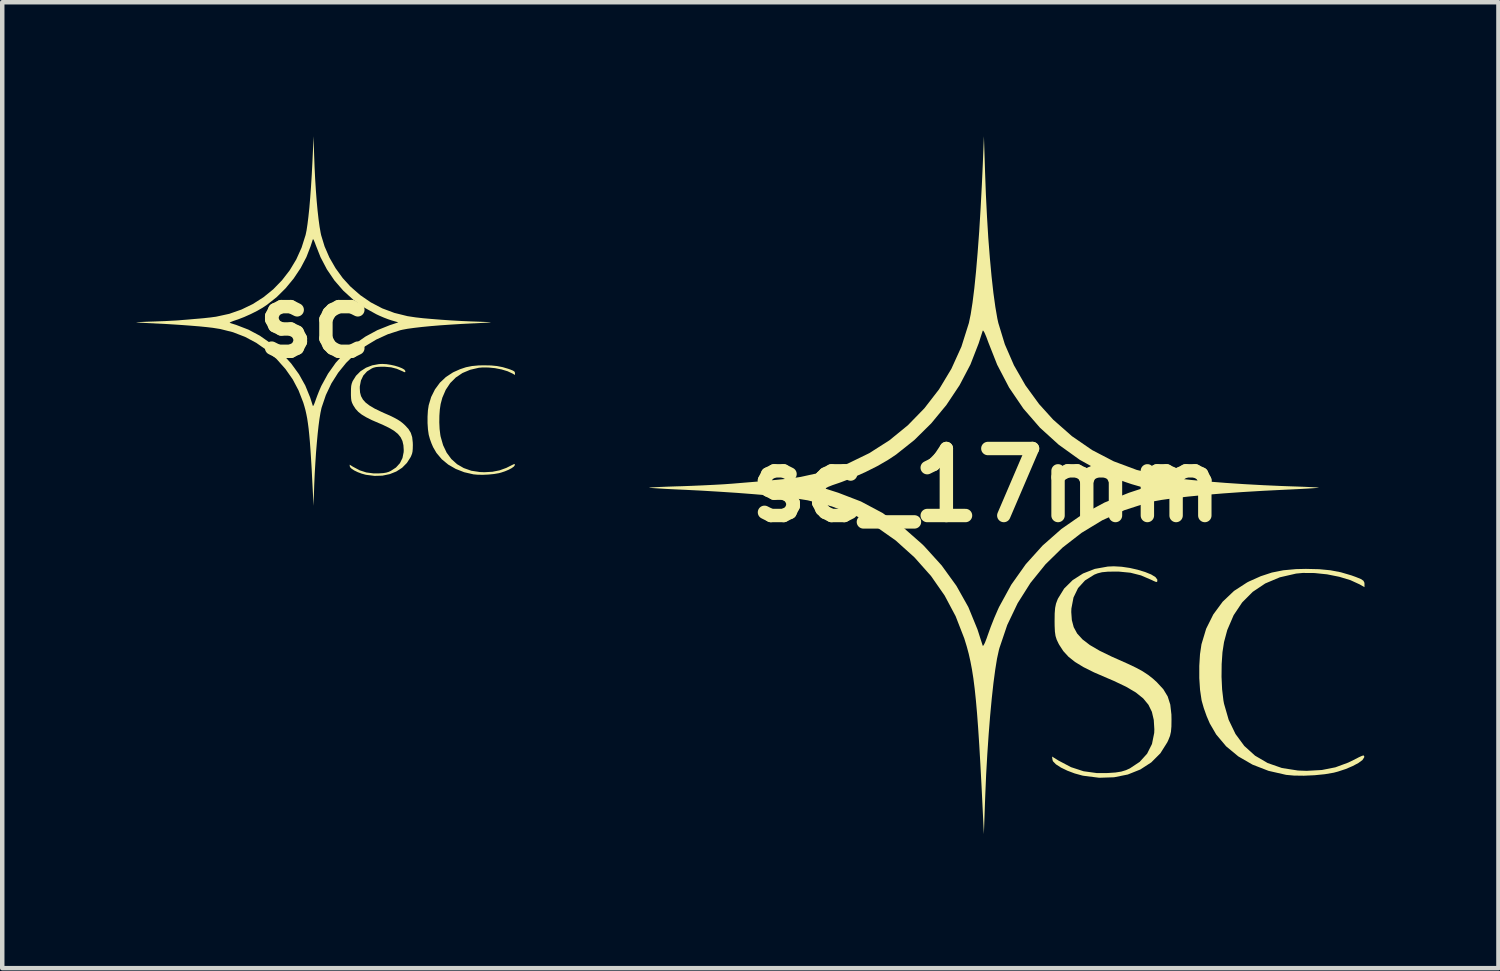
<source format=kicad_pcb>
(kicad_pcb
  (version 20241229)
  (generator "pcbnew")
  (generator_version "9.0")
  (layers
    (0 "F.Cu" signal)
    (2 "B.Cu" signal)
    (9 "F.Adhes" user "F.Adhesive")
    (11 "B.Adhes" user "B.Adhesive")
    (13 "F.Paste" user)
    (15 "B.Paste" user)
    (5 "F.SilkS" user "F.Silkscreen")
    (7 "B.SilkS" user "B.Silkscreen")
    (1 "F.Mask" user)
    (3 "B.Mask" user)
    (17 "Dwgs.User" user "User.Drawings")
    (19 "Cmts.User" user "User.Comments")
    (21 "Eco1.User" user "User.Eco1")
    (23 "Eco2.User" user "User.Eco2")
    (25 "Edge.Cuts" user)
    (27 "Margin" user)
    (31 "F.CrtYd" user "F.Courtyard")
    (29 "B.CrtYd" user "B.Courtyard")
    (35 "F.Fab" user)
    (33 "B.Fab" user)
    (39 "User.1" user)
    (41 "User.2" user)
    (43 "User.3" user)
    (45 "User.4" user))
  (footprint "sc"
    (layer "F.Cu")
    (at 3.996 4.136)
    (property "Reference" "sc" (at 0 0 0) (layer "F.SilkS") (effects (font (size 1.5 1.5) (thickness 0.3))))
    (attr board_only exclude_from_pos_files exclude_from_bom)
    (fp_poly (pts (xy 3.945 0.995) (xy 4.079 1.008) (xy 4.203 1.032) (xy 4.329 1.069) (xy 4.38 1.087) (xy 4.438 1.111) (xy 4.47 1.132) (xy 4.481 1.155) (xy 4.482 1.167) (xy 4.482 1.208) (xy 4.425 1.175) (xy 4.317 1.125) (xy 4.185 1.085) (xy 4.039 1.056) (xy 3.891 1.041) (xy 3.751 1.04) (xy 3.672 1.047) (xy 3.479 1.092) (xy 3.307 1.164) (xy 3.158 1.264) (xy 3.033 1.389) (xy 2.932 1.541) (xy 2.856 1.717) (xy 2.818 1.859) (xy 2.8 1.979) (xy 2.79 2.12) (xy 2.788 2.271) (xy 2.795 2.419) (xy 2.811 2.55) (xy 2.818 2.588) (xy 2.873 2.78) (xy 2.953 2.948) (xy 3.058 3.09) (xy 3.185 3.205) (xy 3.335 3.292) (xy 3.505 3.352) (xy 3.695 3.381) (xy 3.798 3.385) (xy 3.977 3.375) (xy 4.138 3.343) (xy 4.289 3.288) (xy 4.353 3.256) (xy 4.417 3.224) (xy 4.455 3.206) (xy 4.474 3.203) (xy 4.48 3.212) (xy 4.479 3.226) (xy 4.459 3.256) (xy 4.411 3.292) (xy 4.342 3.329) (xy 4.259 3.364) (xy 4.169 3.394) (xy 4.119 3.407) (xy 4.014 3.425) (xy 3.892 3.437) (xy 3.765 3.443) (xy 3.647 3.441) (xy 3.554 3.433) (xy 3.345 3.385) (xy 3.156 3.311) (xy 2.988 3.214) (xy 2.843 3.094) (xy 2.725 2.954) (xy 2.649 2.823) (xy 2.612 2.737) (xy 2.578 2.642) (xy 2.554 2.556) (xy 2.551 2.544) (xy 2.534 2.425) (xy 2.525 2.287) (xy 2.525 2.141) (xy 2.533 2.003) (xy 2.551 1.885) (xy 2.606 1.701) (xy 2.691 1.531) (xy 2.802 1.38) (xy 2.937 1.253) (xy 3.092 1.152) (xy 3.114 1.141) (xy 3.253 1.079) (xy 3.385 1.035) (xy 3.52 1.008) (xy 3.671 0.994) (xy 3.789 0.992)) (stroke (width 0) (type solid)) (fill yes) (layer "F.SilkS"))
    (fp_poly (pts (xy 1.604 0.966) (xy 1.701 0.981) (xy 1.796 1.002) (xy 1.883 1.029) (xy 1.954 1.058) (xy 2.005 1.088) (xy 2.027 1.118) (xy 2.028 1.123) (xy 2.026 1.143) (xy 2.015 1.147) (xy 1.985 1.135) (xy 1.961 1.123) (xy 1.834 1.069) (xy 1.71 1.037) (xy 1.572 1.024) (xy 1.53 1.023) (xy 1.439 1.025) (xy 1.372 1.031) (xy 1.319 1.044) (xy 1.28 1.06) (xy 1.17 1.129) (xy 1.088 1.219) (xy 1.034 1.331) (xy 1.009 1.461) (xy 1.008 1.503) (xy 1.014 1.599) (xy 1.036 1.682) (xy 1.078 1.758) (xy 1.14 1.827) (xy 1.228 1.894) (xy 1.343 1.962) (xy 1.489 2.032) (xy 1.557 2.063) (xy 1.681 2.117) (xy 1.777 2.164) (xy 1.854 2.206) (xy 1.918 2.247) (xy 1.975 2.292) (xy 2.021 2.334) (xy 2.098 2.418) (xy 2.15 2.503) (xy 2.181 2.6) (xy 2.194 2.718) (xy 2.196 2.775) (xy 2.194 2.86) (xy 2.189 2.921) (xy 2.178 2.971) (xy 2.158 3.021) (xy 2.146 3.047) (xy 2.063 3.177) (xy 1.956 3.285) (xy 1.826 3.369) (xy 1.678 3.428) (xy 1.514 3.462) (xy 1.339 3.467) (xy 1.154 3.444) (xy 1.138 3.441) (xy 1.048 3.416) (xy 0.961 3.383) (xy 0.885 3.346) (xy 0.826 3.308) (xy 0.791 3.272) (xy 0.786 3.258) (xy 0.78 3.216) (xy 0.857 3.263) (xy 1.005 3.342) (xy 1.153 3.39) (xy 1.311 3.411) (xy 1.441 3.411) (xy 1.532 3.405) (xy 1.6 3.394) (xy 1.656 3.377) (xy 1.702 3.356) (xy 1.819 3.279) (xy 1.907 3.182) (xy 1.964 3.067) (xy 1.99 2.936) (xy 1.992 2.892) (xy 1.985 2.782) (xy 1.963 2.686) (xy 1.922 2.602) (xy 1.86 2.526) (xy 1.773 2.456) (xy 1.658 2.389) (xy 1.513 2.319) (xy 1.432 2.285) (xy 1.277 2.218) (xy 1.152 2.155) (xy 1.052 2.095) (xy 0.974 2.033) (xy 0.913 1.966) (xy 0.865 1.892) (xy 0.857 1.877) (xy 0.835 1.831) (xy 0.821 1.787) (xy 0.814 1.735) (xy 0.81 1.665) (xy 0.81 1.61) (xy 0.811 1.52) (xy 0.816 1.454) (xy 0.827 1.403) (xy 0.845 1.354) (xy 0.85 1.343) (xy 0.924 1.225) (xy 1.024 1.125) (xy 1.147 1.046) (xy 1.287 0.992) (xy 1.44 0.964) (xy 1.512 0.961)) (stroke (width 0) (type solid)) (fill yes) (layer "F.SilkS"))
    (fp_poly (pts (xy -0.014 -3.718) (xy -0.004 -3.445) (xy 0.009 -3.181) (xy 0.025 -2.929) (xy 0.043 -2.692) (xy 0.063 -2.474) (xy 0.085 -2.28) (xy 0.108 -2.112) (xy 0.132 -1.974) (xy 0.143 -1.922) (xy 0.22 -1.67) (xy 0.328 -1.421) (xy 0.465 -1.183) (xy 0.626 -0.961) (xy 0.793 -0.777) (xy 1.016 -0.581) (xy 1.255 -0.417) (xy 1.511 -0.283) (xy 1.784 -0.181) (xy 2.075 -0.109) (xy 2.259 -0.081) (xy 2.428 -0.062) (xy 2.624 -0.045) (xy 2.837 -0.028) (xy 3.059 -0.013) (xy 3.281 -0.000273) (xy 3.493 0.009) (xy 3.58 0.012) (xy 3.69 0.016) (xy 3.786 0.02) (xy 3.863 0.023) (xy 3.917 0.026) (xy 3.942 0.029) (xy 3.943 0.029) (xy 3.924 0.032) (xy 3.875 0.036) (xy 3.801 0.04) (xy 3.706 0.045) (xy 3.596 0.051) (xy 3.538 0.053) (xy 3.282 0.066) (xy 3.037 0.081) (xy 2.804 0.097) (xy 2.589 0.115) (xy 2.394 0.134) (xy 2.223 0.154) (xy 2.078 0.174) (xy 1.964 0.195) (xy 1.916 0.206) (xy 1.637 0.296) (xy 1.375 0.416) (xy 1.13 0.564) (xy 0.905 0.739) (xy 0.703 0.937) (xy 0.524 1.158) (xy 0.372 1.398) (xy 0.249 1.657) (xy 0.156 1.93) (xy 0.149 1.956) (xy 0.128 2.056) (xy 0.106 2.187) (xy 0.085 2.346) (xy 0.065 2.529) (xy 0.046 2.733) (xy 0.028 2.953) (xy 0.013 3.186) (xy -0.001 3.427) (xy -0.012 3.674) (xy -0.015 3.771) (xy -0.028 4.136) (xy -0.041 3.86) (xy -0.056 3.569) (xy -0.069 3.31) (xy -0.083 3.081) (xy -0.096 2.88) (xy -0.109 2.703) (xy -0.123 2.548) (xy -0.137 2.411) (xy -0.153 2.29) (xy -0.169 2.183) (xy -0.188 2.086) (xy -0.208 1.996) (xy -0.231 1.912) (xy -0.256 1.829) (xy -0.26 1.818) (xy -0.363 1.553) (xy -0.493 1.307) (xy -0.654 1.077) (xy -0.847 0.859) (xy -0.854 0.852) (xy -1.073 0.655) (xy -1.309 0.489) (xy -1.561 0.355) (xy -1.83 0.251) (xy -2.116 0.179) (xy -2.286 0.152) (xy -2.416 0.137) (xy -2.575 0.121) (xy -2.757 0.106) (xy -2.956 0.091) (xy -3.165 0.077) (xy -3.377 0.064) (xy -3.587 0.054) (xy -3.592 0.053) (xy -3.707 0.048) (xy -3.81 0.043) (xy -3.833 0.041) (xy -1.903 0.041) (xy -1.874 0.051) (xy -1.821 0.068) (xy -1.757 0.088) (xy -1.752 0.09) (xy -1.485 0.193) (xy -1.231 0.328) (xy -0.989 0.497) (xy -0.759 0.699) (xy -0.737 0.72) (xy -0.528 0.951) (xy -0.353 1.192) (xy -0.212 1.444) (xy -0.104 1.708) (xy -0.09 1.752) (xy -0.069 1.817) (xy -0.052 1.871) (xy -0.042 1.902) (xy -0.041 1.903) (xy -0.033 1.899) (xy -0.016 1.867) (xy 0.005 1.813) (xy 0.02 1.77) (xy 0.053 1.679) (xy 0.094 1.575) (xy 0.137 1.475) (xy 0.152 1.443) (xy 0.297 1.179) (xy 0.469 0.936) (xy 0.668 0.715) (xy 0.89 0.519) (xy 1.136 0.348) (xy 1.401 0.205) (xy 1.686 0.091) (xy 1.697 0.088) (xy 1.871 0.03) (xy 1.723 -0.013) (xy 1.644 -0.039) (xy 1.547 -0.076) (xy 1.447 -0.119) (xy 1.379 -0.151) (xy 1.106 -0.302) (xy 0.859 -0.479) (xy 0.637 -0.681) (xy 0.441 -0.907) (xy 0.272 -1.156) (xy 0.13 -1.427) (xy 0.026 -1.69) (xy 0.001 -1.757) (xy -0.02 -1.807) (xy -0.035 -1.832) (xy -0.041 -1.832) (xy -0.051 -1.803) (xy -0.068 -1.75) (xy -0.089 -1.686) (xy -0.09 -1.681) (xy -0.187 -1.43) (xy -0.316 -1.185) (xy -0.472 -0.951) (xy -0.652 -0.733) (xy -0.852 -0.535) (xy -1.068 -0.364) (xy -1.168 -0.297) (xy -1.291 -0.226) (xy -1.433 -0.155) (xy -1.581 -0.089) (xy -1.718 -0.036) (xy -1.752 -0.025) (xy -1.822 -0.001) (xy -1.874 0.02) (xy -1.902 0.035) (xy -1.903 0.041) (xy -3.833 0.041) (xy -3.895 0.038) (xy -3.957 0.034) (xy -3.991 0.03) (xy -3.996 0.029) (xy -3.981 0.027) (xy -3.936 0.024) (xy -3.865 0.021) (xy -3.773 0.017) (xy -3.666 0.013) (xy -3.621 0.012) (xy -3.491 0.007) (xy -3.355 0.002) (xy -3.226 -0.005) (xy -3.111 -0.011) (xy -3.023 -0.017) (xy -3.021 -0.018) (xy -2.843 -0.032) (xy -2.696 -0.045) (xy -2.576 -0.055) (xy -2.478 -0.064) (xy -2.398 -0.073) (xy -2.331 -0.08) (xy -2.273 -0.088) (xy -2.219 -0.095) (xy -2.197 -0.099) (xy -1.913 -0.161) (xy -1.642 -0.256) (xy -1.386 -0.38) (xy -1.148 -0.532) (xy -0.929 -0.71) (xy -0.733 -0.912) (xy -0.56 -1.136) (xy -0.413 -1.38) (xy -0.295 -1.642) (xy -0.207 -1.92) (xy -0.206 -1.921) (xy -0.184 -2.026) (xy -0.163 -2.165) (xy -0.142 -2.334) (xy -0.121 -2.532) (xy -0.102 -2.756) (xy -0.084 -3.004) (xy -0.067 -3.274) (xy -0.052 -3.563) (xy -0.041 -3.806) (xy -0.027 -4.136)) (stroke (width 0) (type solid)) (fill yes) (layer "F.SilkS")))
  (footprint "sc_17mm"
    (layer "F.Cu")
    (at 19.028 7.812)
    (property "Reference" "sc_17mm" (at 0 0 0) (layer "F.SilkS") (effects (font (size 1.5 1.5) (thickness 0.3))))
    (attr board_only exclude_from_pos_files exclude_from_bom)
    (fp_poly (pts (xy 7.452 1.88) (xy 7.704 1.904) (xy 7.938 1.949) (xy 8.176 2.019) (xy 8.273 2.054) (xy 8.384 2.099) (xy 8.443 2.138) (xy 8.465 2.181) (xy 8.467 2.204) (xy 8.467 2.282) (xy 8.357 2.219) (xy 8.154 2.126) (xy 7.904 2.05) (xy 7.629 1.995) (xy 7.349 1.966) (xy 7.084 1.964) (xy 6.936 1.978) (xy 6.571 2.062) (xy 6.246 2.199) (xy 5.965 2.387) (xy 5.729 2.624) (xy 5.538 2.91) (xy 5.395 3.243) (xy 5.323 3.511) (xy 5.288 3.738) (xy 5.27 4.005) (xy 5.267 4.29) (xy 5.28 4.569) (xy 5.309 4.816) (xy 5.322 4.888) (xy 5.427 5.252) (xy 5.579 5.568) (xy 5.776 5.836) (xy 6.017 6.054) (xy 6.299 6.219) (xy 6.62 6.331) (xy 6.979 6.387) (xy 7.173 6.394) (xy 7.513 6.375) (xy 7.816 6.315) (xy 8.101 6.21) (xy 8.222 6.151) (xy 8.343 6.089) (xy 8.416 6.056) (xy 8.452 6.05) (xy 8.462 6.068) (xy 8.46 6.093) (xy 8.422 6.151) (xy 8.332 6.218) (xy 8.202 6.287) (xy 8.045 6.354) (xy 7.874 6.41) (xy 7.78 6.435) (xy 7.582 6.469) (xy 7.351 6.492) (xy 7.111 6.503) (xy 6.888 6.5) (xy 6.713 6.484) (xy 6.319 6.394) (xy 5.961 6.255) (xy 5.643 6.071) (xy 5.37 5.845) (xy 5.147 5.579) (xy 5.004 5.333) (xy 4.934 5.17) (xy 4.87 4.99) (xy 4.824 4.829) (xy 4.819 4.804) (xy 4.786 4.581) (xy 4.769 4.319) (xy 4.769 4.044) (xy 4.785 3.783) (xy 4.818 3.561) (xy 4.923 3.212) (xy 5.083 2.892) (xy 5.293 2.607) (xy 5.547 2.366) (xy 5.84 2.176) (xy 5.883 2.154) (xy 6.145 2.037) (xy 6.394 1.955) (xy 6.65 1.904) (xy 6.934 1.878) (xy 7.156 1.873)) (stroke (width 0) (type solid)) (fill yes) (layer "F.SilkS"))
    (fp_poly (pts (xy 3.031 1.825) (xy 3.214 1.852) (xy 3.393 1.893) (xy 3.556 1.943) (xy 3.692 1.998) (xy 3.787 2.056) (xy 3.829 2.112) (xy 3.83 2.121) (xy 3.827 2.16) (xy 3.805 2.167) (xy 3.749 2.144) (xy 3.704 2.122) (xy 3.464 2.019) (xy 3.229 1.959) (xy 2.969 1.934) (xy 2.889 1.933) (xy 2.717 1.936) (xy 2.591 1.948) (xy 2.492 1.973) (xy 2.419 2.002) (xy 2.211 2.132) (xy 2.055 2.303) (xy 1.953 2.514) (xy 1.906 2.76) (xy 1.903 2.839) (xy 1.916 3.019) (xy 1.958 3.178) (xy 2.035 3.32) (xy 2.154 3.451) (xy 2.32 3.578) (xy 2.537 3.705) (xy 2.813 3.839) (xy 2.942 3.896) (xy 3.175 4) (xy 3.357 4.087) (xy 3.502 4.166) (xy 3.622 4.245) (xy 3.73 4.329) (xy 3.818 4.409) (xy 3.964 4.567) (xy 4.062 4.729) (xy 4.12 4.912) (xy 4.145 5.134) (xy 4.147 5.241) (xy 4.145 5.401) (xy 4.135 5.517) (xy 4.114 5.611) (xy 4.076 5.706) (xy 4.053 5.755) (xy 3.898 6.001) (xy 3.694 6.205) (xy 3.449 6.364) (xy 3.169 6.476) (xy 2.86 6.538) (xy 2.529 6.549) (xy 2.181 6.505) (xy 2.15 6.499) (xy 1.979 6.452) (xy 1.815 6.39) (xy 1.671 6.32) (xy 1.56 6.248) (xy 1.495 6.181) (xy 1.484 6.153) (xy 1.473 6.074) (xy 1.618 6.164) (xy 1.899 6.312) (xy 2.178 6.403) (xy 2.476 6.444) (xy 2.721 6.443) (xy 2.894 6.431) (xy 3.022 6.411) (xy 3.127 6.379) (xy 3.215 6.339) (xy 3.435 6.193) (xy 3.601 6.01) (xy 3.71 5.793) (xy 3.76 5.546) (xy 3.763 5.464) (xy 3.75 5.254) (xy 3.708 5.073) (xy 3.631 4.915) (xy 3.513 4.772) (xy 3.349 4.64) (xy 3.132 4.512) (xy 2.857 4.381) (xy 2.705 4.316) (xy 2.411 4.189) (xy 2.175 4.071) (xy 1.988 3.957) (xy 1.84 3.839) (xy 1.725 3.713) (xy 1.634 3.573) (xy 1.619 3.546) (xy 1.577 3.458) (xy 1.551 3.375) (xy 1.537 3.277) (xy 1.531 3.145) (xy 1.53 3.041) (xy 1.532 2.871) (xy 1.542 2.747) (xy 1.562 2.65) (xy 1.597 2.557) (xy 1.606 2.537) (xy 1.744 2.313) (xy 1.934 2.125) (xy 2.166 1.976) (xy 2.431 1.873) (xy 2.721 1.821) (xy 2.856 1.815)) (stroke (width 0) (type solid)) (fill yes) (layer "F.SilkS"))
    (fp_poly (pts (xy -0.027 -7.022) (xy -0.008 -6.507) (xy 0.017 -6.008) (xy 0.046 -5.532) (xy 0.081 -5.085) (xy 0.119 -4.674) (xy 0.16 -4.306) (xy 0.204 -3.989) (xy 0.249 -3.728) (xy 0.271 -3.63) (xy 0.416 -3.154) (xy 0.62 -2.685) (xy 0.878 -2.235) (xy 1.183 -1.816) (xy 1.498 -1.468) (xy 1.918 -1.098) (xy 2.37 -0.787) (xy 2.853 -0.535) (xy 3.37 -0.342) (xy 3.92 -0.206) (xy 4.267 -0.153) (xy 4.586 -0.118) (xy 4.956 -0.084) (xy 5.359 -0.052) (xy 5.778 -0.024) (xy 6.197 -0.001) (xy 6.597 0.017) (xy 6.762 0.023) (xy 6.969 0.03) (xy 7.151 0.037) (xy 7.297 0.044) (xy 7.399 0.05) (xy 7.446 0.055) (xy 7.448 0.056) (xy 7.412 0.06) (xy 7.32 0.067) (xy 7.179 0.076) (xy 7 0.086) (xy 6.793 0.096) (xy 6.683 0.101) (xy 6.2 0.125) (xy 5.736 0.153) (xy 5.297 0.184) (xy 4.891 0.218) (xy 4.522 0.254) (xy 4.199 0.291) (xy 3.926 0.329) (xy 3.711 0.368) (xy 3.618 0.389) (xy 3.093 0.559) (xy 2.597 0.785) (xy 2.134 1.066) (xy 1.71 1.395) (xy 1.327 1.77) (xy 0.99 2.187) (xy 0.703 2.641) (xy 0.47 3.129) (xy 0.295 3.646) (xy 0.282 3.695) (xy 0.241 3.883) (xy 0.201 4.131) (xy 0.161 4.431) (xy 0.123 4.777) (xy 0.087 5.162) (xy 0.054 5.577) (xy 0.024 6.017) (xy -0.002 6.474) (xy -0.022 6.94) (xy -0.029 7.123) (xy -0.053 7.812) (xy -0.078 7.291) (xy -0.105 6.741) (xy -0.131 6.252) (xy -0.156 5.821) (xy -0.181 5.44) (xy -0.206 5.106) (xy -0.232 4.812) (xy -0.259 4.554) (xy -0.288 4.326) (xy -0.32 4.123) (xy -0.355 3.94) (xy -0.393 3.771) (xy -0.436 3.611) (xy -0.484 3.455) (xy -0.49 3.434) (xy -0.685 2.933) (xy -0.932 2.469) (xy -1.235 2.034) (xy -1.6 1.623) (xy -1.613 1.61) (xy -2.027 1.237) (xy -2.472 0.924) (xy -2.948 0.67) (xy -3.456 0.475) (xy -3.997 0.338) (xy -4.317 0.287) (xy -4.563 0.258) (xy -4.864 0.229) (xy -5.208 0.2) (xy -5.583 0.171) (xy -5.978 0.145) (xy -6.379 0.121) (xy -6.775 0.101) (xy -6.784 0.101) (xy -7.002 0.091) (xy -7.196 0.081) (xy -7.24 0.078) (xy -3.595 0.078) (xy -3.539 0.096) (xy -3.44 0.128) (xy -3.318 0.167) (xy -3.309 0.17) (xy -2.805 0.364) (xy -2.324 0.62) (xy -1.868 0.938) (xy -1.434 1.32) (xy -1.393 1.36) (xy -0.998 1.796) (xy -0.668 2.252) (xy -0.401 2.728) (xy -0.197 3.226) (xy -0.17 3.309) (xy -0.131 3.432) (xy -0.098 3.533) (xy -0.079 3.593) (xy -0.078 3.595) (xy -0.062 3.588) (xy -0.03 3.527) (xy 0.01 3.424) (xy 0.038 3.344) (xy 0.1 3.172) (xy 0.178 2.974) (xy 0.26 2.785) (xy 0.287 2.726) (xy 0.56 2.227) (xy 0.886 1.767) (xy 1.261 1.351) (xy 1.682 0.98) (xy 2.145 0.658) (xy 2.647 0.388) (xy 3.184 0.173) (xy 3.206 0.165) (xy 3.534 0.057) (xy 3.254 -0.024) (xy 3.105 -0.074) (xy 2.922 -0.144) (xy 2.733 -0.225) (xy 2.604 -0.285) (xy 2.09 -0.571) (xy 1.623 -0.906) (xy 1.203 -1.287) (xy 0.833 -1.713) (xy 0.513 -2.183) (xy 0.245 -2.696) (xy 0.049 -3.192) (xy 0.002 -3.319) (xy -0.038 -3.413) (xy -0.067 -3.46) (xy -0.078 -3.461) (xy -0.096 -3.405) (xy -0.128 -3.306) (xy -0.167 -3.184) (xy -0.17 -3.175) (xy -0.354 -2.702) (xy -0.597 -2.239) (xy -0.892 -1.796) (xy -1.232 -1.384) (xy -1.61 -1.011) (xy -2.017 -0.687) (xy -2.207 -0.561) (xy -2.438 -0.428) (xy -2.707 -0.293) (xy -2.986 -0.169) (xy -3.246 -0.069) (xy -3.309 -0.047) (xy -3.441 -0.002) (xy -3.539 0.037) (xy -3.592 0.066) (xy -3.595 0.078) (xy -7.24 0.078) (xy -7.356 0.071) (xy -7.474 0.063) (xy -7.539 0.058) (xy -7.549 0.056) (xy -7.52 0.051) (xy -7.434 0.046) (xy -7.3 0.039) (xy -7.127 0.032) (xy -6.924 0.025) (xy -6.84 0.023) (xy -6.593 0.014) (xy -6.338 0.003) (xy -6.093 -0.009) (xy -5.877 -0.021) (xy -5.709 -0.033) (xy -5.706 -0.033) (xy -5.37 -0.061) (xy -5.093 -0.084) (xy -4.866 -0.104) (xy -4.681 -0.122) (xy -4.529 -0.137) (xy -4.403 -0.151) (xy -4.293 -0.165) (xy -4.191 -0.18) (xy -4.149 -0.187) (xy -3.613 -0.305) (xy -3.101 -0.483) (xy -2.618 -0.718) (xy -2.168 -1.005) (xy -1.756 -1.341) (xy -1.384 -1.723) (xy -1.057 -2.146) (xy -0.78 -2.607) (xy -0.556 -3.101) (xy -0.39 -3.627) (xy -0.389 -3.629) (xy -0.348 -3.827) (xy -0.307 -4.089) (xy -0.267 -4.408) (xy -0.229 -4.782) (xy -0.193 -5.205) (xy -0.158 -5.674) (xy -0.127 -6.184) (xy -0.098 -6.73) (xy -0.077 -7.19) (xy -0.052 -7.812)) (stroke (width 0) (type solid)) (fill yes) (layer "F.SilkS")))
  (gr_rect
    (start -3 -3)
    (end 30.494 18.623)
    (stroke (width 0.1) (type default))
    (fill no)
    (layer "Edge.Cuts")))
</source>
